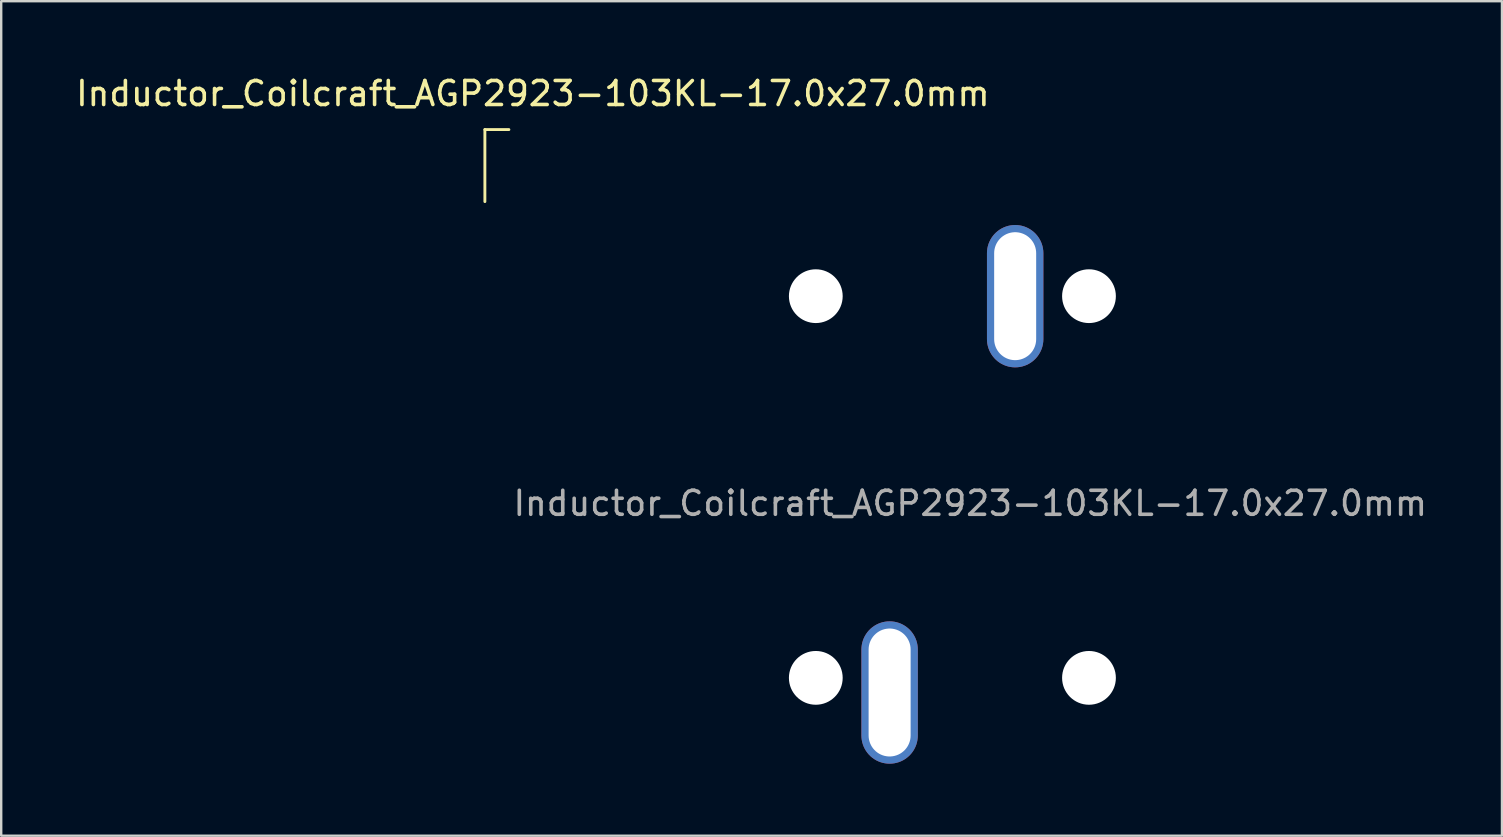
<source format=kicad_pcb>
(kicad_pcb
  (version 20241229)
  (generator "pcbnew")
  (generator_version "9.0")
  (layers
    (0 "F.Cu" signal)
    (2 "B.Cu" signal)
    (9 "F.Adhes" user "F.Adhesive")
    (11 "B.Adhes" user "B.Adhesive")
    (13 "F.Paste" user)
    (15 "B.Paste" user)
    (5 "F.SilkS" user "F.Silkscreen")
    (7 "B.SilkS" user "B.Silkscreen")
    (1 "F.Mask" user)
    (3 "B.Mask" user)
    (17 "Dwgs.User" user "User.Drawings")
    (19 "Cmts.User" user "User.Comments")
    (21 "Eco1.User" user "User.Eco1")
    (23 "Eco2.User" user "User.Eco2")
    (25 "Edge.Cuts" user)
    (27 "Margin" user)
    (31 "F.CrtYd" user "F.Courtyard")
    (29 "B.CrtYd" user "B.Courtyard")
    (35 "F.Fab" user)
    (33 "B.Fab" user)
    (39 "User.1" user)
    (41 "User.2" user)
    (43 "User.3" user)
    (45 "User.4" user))
  (footprint "Inductor_Coilcraft_AGP2923-103KL-17.0x27.0mm"
    (layer "F.Cu")
    (at 36.629 17.098)
    (property "Reference" "Inductor_Coilcraft_AGP2923-103KL-17.0x27.0mm" (at -17.48 -16.25 0) (layer "F.SilkS") (effects (font (size 1 1) (thickness 0.15))))
    (attr through_hole)
    (fp_line (start -19.48 -14.75) (end -19.48 -11.75) (stroke (width 0.12) (type solid)) (layer "F.SilkS"))
    (fp_line (start -19.48 -14.75) (end -18.48 -14.75) (stroke (width 0.12) (type solid)) (layer "F.SilkS"))
    (fp_text user "${REFERENCE}" (at 0.74 0.82 0) (layer "F.Fab") (effects (font (size 1 1) (thickness 0.15))))
    (pad "" np_thru_hole circle (at -5.695 -7.81) (size 2.24 2.24) (drill 2.24) (layers "*.Cu" "*.Mask"))
    (pad "" np_thru_hole circle (at -5.695 8.09) (size 2.24 2.24) (drill 2.24) (layers "*.Cu" "*.Mask"))
    (pad "" np_thru_hole circle (at 5.685 -7.81) (size 2.24 2.24) (drill 2.24) (layers "*.Cu" "*.Mask"))
    (pad "" np_thru_hole circle (at 5.685 8.09) (size 2.24 2.24) (drill 2.24) (layers "*.Cu" "*.Mask"))
    (pad "1" thru_hole oval (at 2.61 -7.81) (size 2.35 5.93) (drill oval 1.75 5.33) (layers "*.Cu" "*.Mask"))
    (pad "2" thru_hole oval (at -2.62 8.7) (size 2.35 5.93) (drill oval 1.75 5.33) (layers "*.Cu" "*.Mask")))
  (gr_rect
    (start -3 -3)
    (end 59.518 31.763)
    (stroke (width 0.1) (type default))
    (fill no)
    (layer "Edge.Cuts")))
</source>
